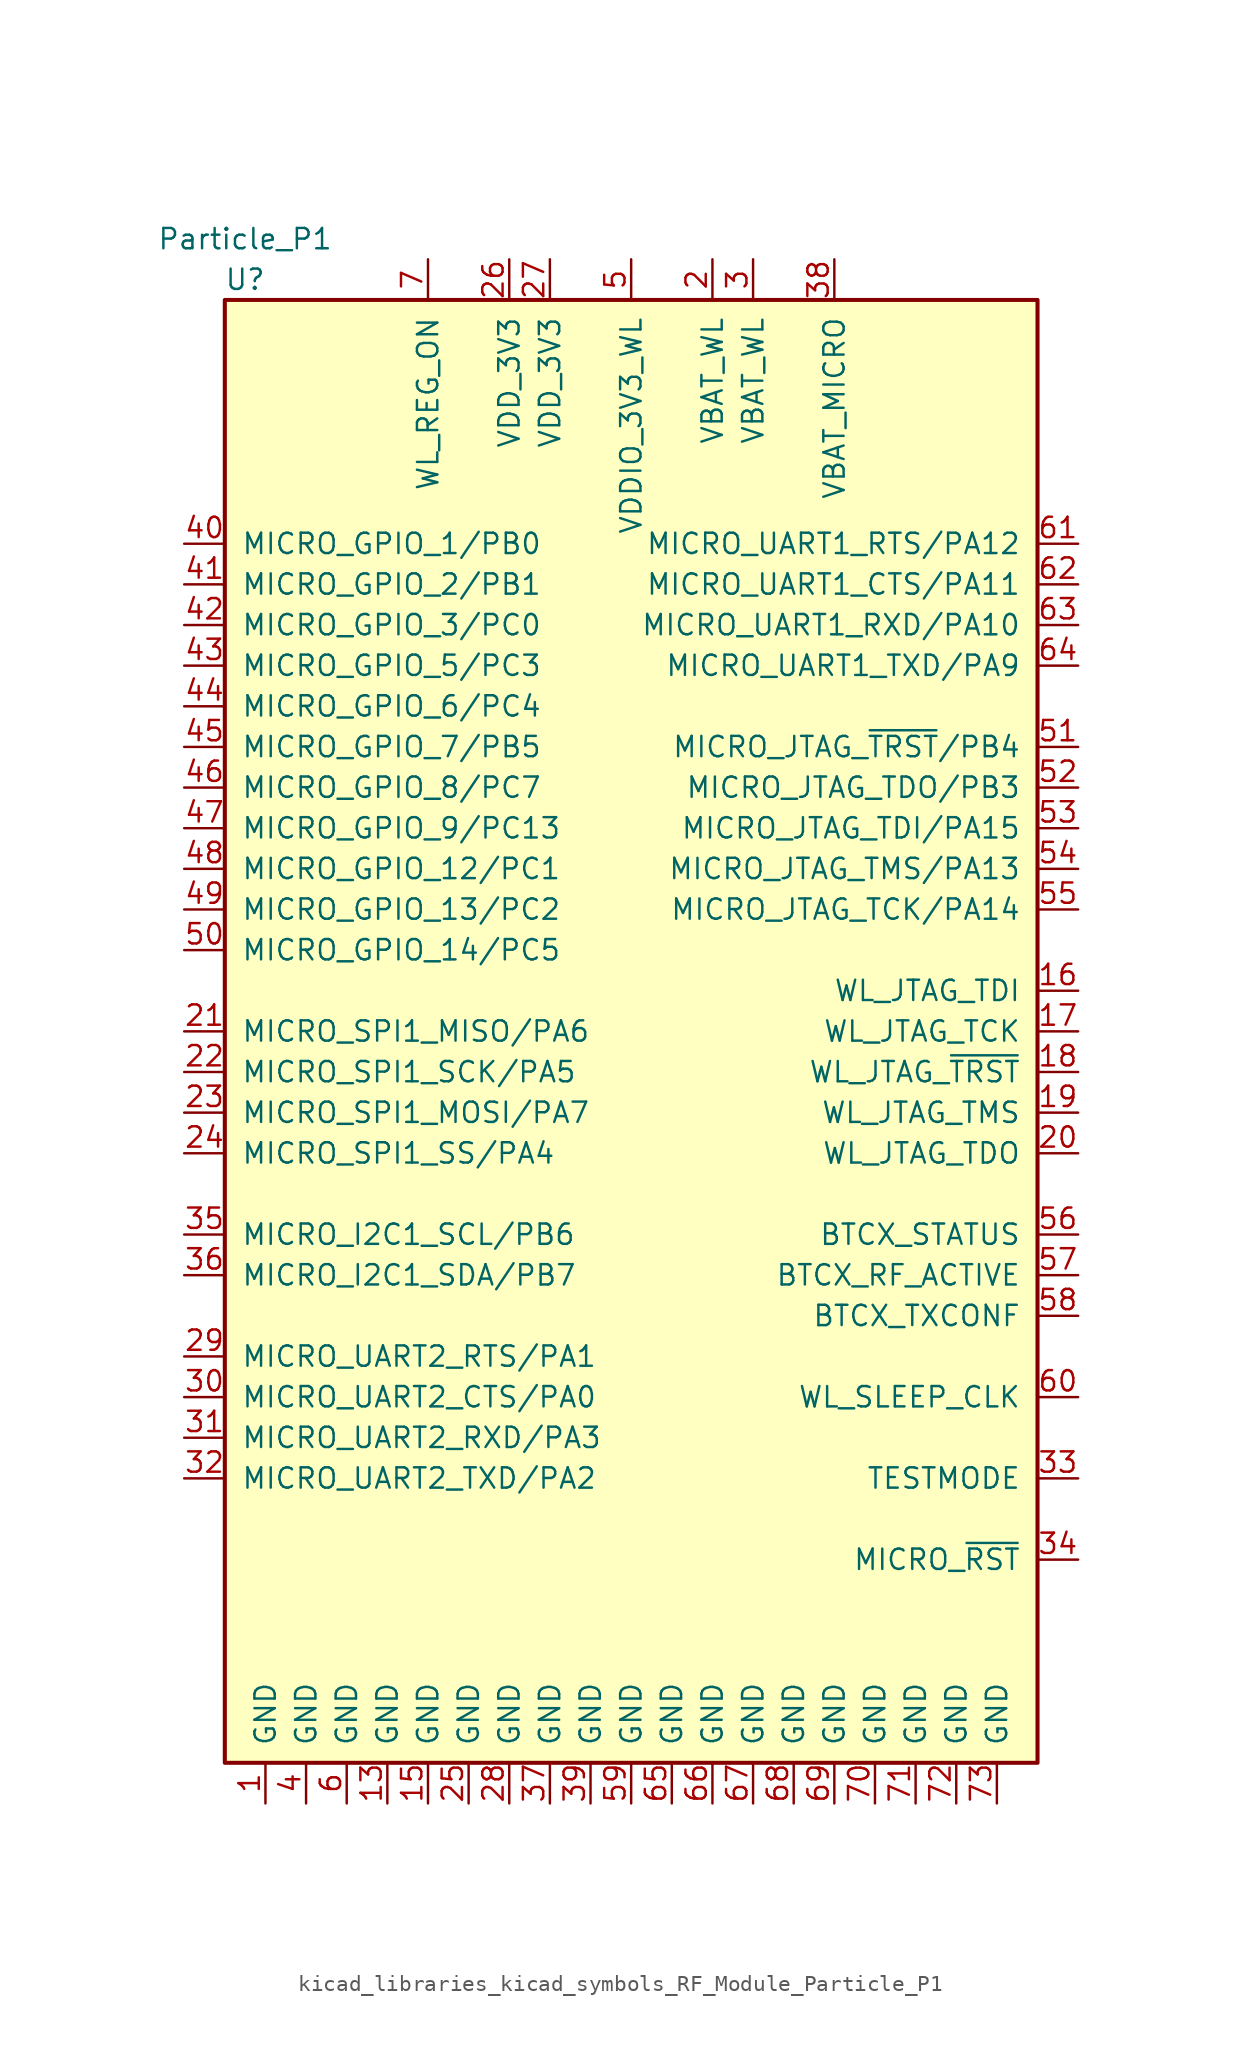
<source format=kicad_sym>
(kicad_symbol_lib
  (version 20220914)
  (generator kicad_symbol_editor)
  (symbol "kicad_libraries_kicad_symbols_RF_Module_Particle_P1"
    (pin_names
      (offset 1.016))
    (property "Reference" "U"
      (at -24.13 46.99 0)
      (effects (font (size 1.27 1.27))))
    (property "Value" "Particle_P1"
      (at -24.13 49.53 0)
      (effects (font (size 1.27 1.27))))
    (symbol "kicad_libraries_kicad_symbols_RF_Module_Particle_P1_1_1"
      (rectangle (start -25.4 45.72) (end 25.4 -45.72) (stroke (width 0.254) (type default)) (fill (type background)))
      (pin power_in line (at -22.86 -48.26 90) (length 2.54) (name "GND" (effects (font (size 1.27 1.27)))) (number "1" (effects (font (size 1.27 1.27)))))
      (pin no_connect line (at -25.4 35.56 0) (length 2.54) hide (name "NC" (effects (font (size 1.27 1.27)))) (number "10" (effects (font (size 1.27 1.27)))))
      (pin no_connect line (at 25.4 35.56 180) (length 2.54) hide (name "NC" (effects (font (size 1.27 1.27)))) (number "11" (effects (font (size 1.27 1.27)))))
      (pin no_connect line (at 25.4 38.1 180) (length 2.54) hide (name "NC" (effects (font (size 1.27 1.27)))) (number "12" (effects (font (size 1.27 1.27)))))
      (pin power_in line (at -15.24 -48.26 90) (length 2.54) (name "GND" (effects (font (size 1.27 1.27)))) (number "13" (effects (font (size 1.27 1.27)))))
      (pin no_connect line (at 25.4 40.64 180) (length 2.54) hide (name "NC" (effects (font (size 1.27 1.27)))) (number "14" (effects (font (size 1.27 1.27)))))
      (pin power_in line (at -12.7 -48.26 90) (length 2.54) (name "GND" (effects (font (size 1.27 1.27)))) (number "15" (effects (font (size 1.27 1.27)))))
      (pin input line (at 27.94 2.54 180) (length 2.54) (name "WL_JTAG_TDI" (effects (font (size 1.27 1.27)))) (number "16" (effects (font (size 1.27 1.27)))))
      (pin input line (at 27.94 0 180) (length 2.54) (name "WL_JTAG_TCK" (effects (font (size 1.27 1.27)))) (number "17" (effects (font (size 1.27 1.27)))))
      (pin input line (at 27.94 -2.54 180) (length 2.54) (name "WL_JTAG_~{TRST}" (effects (font (size 1.27 1.27)))) (number "18" (effects (font (size 1.27 1.27)))))
      (pin input line (at 27.94 -5.08 180) (length 2.54) (name "WL_JTAG_TMS" (effects (font (size 1.27 1.27)))) (number "19" (effects (font (size 1.27 1.27)))))
      (pin power_in line (at 5.08 48.26 270) (length 2.54) (name "VBAT_WL" (effects (font (size 1.27 1.27)))) (number "2" (effects (font (size 1.27 1.27)))))
      (pin input line (at 27.94 -7.62 180) (length 2.54) (name "WL_JTAG_TDO" (effects (font (size 1.27 1.27)))) (number "20" (effects (font (size 1.27 1.27)))))
      (pin bidirectional line (at -27.94 0 0) (length 2.54) (name "MICRO_SPI1_MISO/PA6" (effects (font (size 1.27 1.27)))) (number "21" (effects (font (size 1.27 1.27)))))
      (pin bidirectional line (at -27.94 -2.54 0) (length 2.54) (name "MICRO_SPI1_SCK/PA5" (effects (font (size 1.27 1.27)))) (number "22" (effects (font (size 1.27 1.27)))))
      (pin bidirectional line (at -27.94 -5.08 0) (length 2.54) (name "MICRO_SPI1_MOSI/PA7" (effects (font (size 1.27 1.27)))) (number "23" (effects (font (size 1.27 1.27)))))
      (pin bidirectional line (at -27.94 -7.62 0) (length 2.54) (name "MICRO_SPI1_SS/PA4" (effects (font (size 1.27 1.27)))) (number "24" (effects (font (size 1.27 1.27)))))
      (pin power_in line (at -10.16 -48.26 90) (length 2.54) (name "GND" (effects (font (size 1.27 1.27)))) (number "25" (effects (font (size 1.27 1.27)))))
      (pin power_in line (at -7.62 48.26 270) (length 2.54) (name "VDD_3V3" (effects (font (size 1.27 1.27)))) (number "26" (effects (font (size 1.27 1.27)))))
      (pin power_in line (at -5.08 48.26 270) (length 2.54) (name "VDD_3V3" (effects (font (size 1.27 1.27)))) (number "27" (effects (font (size 1.27 1.27)))))
      (pin power_in line (at -7.62 -48.26 90) (length 2.54) (name "GND" (effects (font (size 1.27 1.27)))) (number "28" (effects (font (size 1.27 1.27)))))
      (pin bidirectional line (at -27.94 -20.32 0) (length 2.54) (name "MICRO_UART2_RTS/PA1" (effects (font (size 1.27 1.27)))) (number "29" (effects (font (size 1.27 1.27)))))
      (pin power_in line (at 7.62 48.26 270) (length 2.54) (name "VBAT_WL" (effects (font (size 1.27 1.27)))) (number "3" (effects (font (size 1.27 1.27)))))
      (pin bidirectional line (at -27.94 -22.86 0) (length 2.54) (name "MICRO_UART2_CTS/PA0" (effects (font (size 1.27 1.27)))) (number "30" (effects (font (size 1.27 1.27)))))
      (pin bidirectional line (at -27.94 -25.4 0) (length 2.54) (name "MICRO_UART2_RXD/PA3" (effects (font (size 1.27 1.27)))) (number "31" (effects (font (size 1.27 1.27)))))
      (pin bidirectional line (at -27.94 -27.94 0) (length 2.54) (name "MICRO_UART2_TXD/PA2" (effects (font (size 1.27 1.27)))) (number "32" (effects (font (size 1.27 1.27)))))
      (pin bidirectional line (at 27.94 -27.94 180) (length 2.54) (name "TESTMODE" (effects (font (size 1.27 1.27)))) (number "33" (effects (font (size 1.27 1.27)))))
      (pin input line (at 27.94 -33.02 180) (length 2.54) (name "MICRO_~{RST}" (effects (font (size 1.27 1.27)))) (number "34" (effects (font (size 1.27 1.27)))))
      (pin bidirectional line (at -27.94 -12.7 0) (length 2.54) (name "MICRO_I2C1_SCL/PB6" (effects (font (size 1.27 1.27)))) (number "35" (effects (font (size 1.27 1.27)))))
      (pin bidirectional line (at -27.94 -15.24 0) (length 2.54) (name "MICRO_I2C1_SDA/PB7" (effects (font (size 1.27 1.27)))) (number "36" (effects (font (size 1.27 1.27)))))
      (pin power_in line (at -5.08 -48.26 90) (length 2.54) (name "GND" (effects (font (size 1.27 1.27)))) (number "37" (effects (font (size 1.27 1.27)))))
      (pin power_in line (at 12.7 48.26 270) (length 2.54) (name "VBAT_MICRO" (effects (font (size 1.27 1.27)))) (number "38" (effects (font (size 1.27 1.27)))))
      (pin power_in line (at -2.54 -48.26 90) (length 2.54) (name "GND" (effects (font (size 1.27 1.27)))) (number "39" (effects (font (size 1.27 1.27)))))
      (pin power_in line (at -20.32 -48.26 90) (length 2.54) (name "GND" (effects (font (size 1.27 1.27)))) (number "4" (effects (font (size 1.27 1.27)))))
      (pin bidirectional line (at -27.94 30.48 0) (length 2.54) (name "MICRO_GPIO_1/PB0" (effects (font (size 1.27 1.27)))) (number "40" (effects (font (size 1.27 1.27)))))
      (pin bidirectional line (at -27.94 27.94 0) (length 2.54) (name "MICRO_GPIO_2/PB1" (effects (font (size 1.27 1.27)))) (number "41" (effects (font (size 1.27 1.27)))))
      (pin bidirectional line (at -27.94 25.4 0) (length 2.54) (name "MICRO_GPIO_3/PC0" (effects (font (size 1.27 1.27)))) (number "42" (effects (font (size 1.27 1.27)))))
      (pin bidirectional line (at -27.94 22.86 0) (length 2.54) (name "MICRO_GPIO_5/PC3" (effects (font (size 1.27 1.27)))) (number "43" (effects (font (size 1.27 1.27)))))
      (pin bidirectional line (at -27.94 20.32 0) (length 2.54) (name "MICRO_GPIO_6/PC4" (effects (font (size 1.27 1.27)))) (number "44" (effects (font (size 1.27 1.27)))))
      (pin bidirectional line (at -27.94 17.78 0) (length 2.54) (name "MICRO_GPIO_7/PB5" (effects (font (size 1.27 1.27)))) (number "45" (effects (font (size 1.27 1.27)))))
      (pin bidirectional line (at -27.94 15.24 0) (length 2.54) (name "MICRO_GPIO_8/PC7" (effects (font (size 1.27 1.27)))) (number "46" (effects (font (size 1.27 1.27)))))
      (pin bidirectional line (at -27.94 12.7 0) (length 2.54) (name "MICRO_GPIO_9/PC13" (effects (font (size 1.27 1.27)))) (number "47" (effects (font (size 1.27 1.27)))))
      (pin bidirectional line (at -27.94 10.16 0) (length 2.54) (name "MICRO_GPIO_12/PC1" (effects (font (size 1.27 1.27)))) (number "48" (effects (font (size 1.27 1.27)))))
      (pin bidirectional line (at -27.94 7.62 0) (length 2.54) (name "MICRO_GPIO_13/PC2" (effects (font (size 1.27 1.27)))) (number "49" (effects (font (size 1.27 1.27)))))
      (pin power_in line (at 0 48.26 270) (length 2.54) (name "VDDIO_3V3_WL" (effects (font (size 1.27 1.27)))) (number "5" (effects (font (size 1.27 1.27)))))
      (pin bidirectional line (at -27.94 5.08 0) (length 2.54) (name "MICRO_GPIO_14/PC5" (effects (font (size 1.27 1.27)))) (number "50" (effects (font (size 1.27 1.27)))))
      (pin bidirectional line (at 27.94 17.78 180) (length 2.54) (name "MICRO_JTAG_~{TRST}/PB4" (effects (font (size 1.27 1.27)))) (number "51" (effects (font (size 1.27 1.27)))))
      (pin bidirectional line (at 27.94 15.24 180) (length 2.54) (name "MICRO_JTAG_TDO/PB3" (effects (font (size 1.27 1.27)))) (number "52" (effects (font (size 1.27 1.27)))))
      (pin bidirectional line (at 27.94 12.7 180) (length 2.54) (name "MICRO_JTAG_TDI/PA15" (effects (font (size 1.27 1.27)))) (number "53" (effects (font (size 1.27 1.27)))))
      (pin bidirectional line (at 27.94 10.16 180) (length 2.54) (name "MICRO_JTAG_TMS/PA13" (effects (font (size 1.27 1.27)))) (number "54" (effects (font (size 1.27 1.27)))))
      (pin bidirectional line (at 27.94 7.62 180) (length 2.54) (name "MICRO_JTAG_TCK/PA14" (effects (font (size 1.27 1.27)))) (number "55" (effects (font (size 1.27 1.27)))))
      (pin input line (at 27.94 -12.7 180) (length 2.54) (name "BTCX_STATUS" (effects (font (size 1.27 1.27)))) (number "56" (effects (font (size 1.27 1.27)))))
      (pin input line (at 27.94 -15.24 180) (length 2.54) (name "BTCX_RF_ACTIVE" (effects (font (size 1.27 1.27)))) (number "57" (effects (font (size 1.27 1.27)))))
      (pin output line (at 27.94 -17.78 180) (length 2.54) (name "BTCX_TXCONF" (effects (font (size 1.27 1.27)))) (number "58" (effects (font (size 1.27 1.27)))))
      (pin power_in line (at 0 -48.26 90) (length 2.54) (name "GND" (effects (font (size 1.27 1.27)))) (number "59" (effects (font (size 1.27 1.27)))))
      (pin power_in line (at -17.78 -48.26 90) (length 2.54) (name "GND" (effects (font (size 1.27 1.27)))) (number "6" (effects (font (size 1.27 1.27)))))
      (pin input line (at 27.94 -22.86 180) (length 2.54) (name "WL_SLEEP_CLK" (effects (font (size 1.27 1.27)))) (number "60" (effects (font (size 1.27 1.27)))))
      (pin bidirectional line (at 27.94 30.48 180) (length 2.54) (name "MICRO_UART1_RTS/PA12" (effects (font (size 1.27 1.27)))) (number "61" (effects (font (size 1.27 1.27)))))
      (pin bidirectional line (at 27.94 27.94 180) (length 2.54) (name "MICRO_UART1_CTS/PA11" (effects (font (size 1.27 1.27)))) (number "62" (effects (font (size 1.27 1.27)))))
      (pin bidirectional line (at 27.94 25.4 180) (length 2.54) (name "MICRO_UART1_RXD/PA10" (effects (font (size 1.27 1.27)))) (number "63" (effects (font (size 1.27 1.27)))))
      (pin bidirectional line (at 27.94 22.86 180) (length 2.54) (name "MICRO_UART1_TXD/PA9" (effects (font (size 1.27 1.27)))) (number "64" (effects (font (size 1.27 1.27)))))
      (pin power_in line (at 2.54 -48.26 90) (length 2.54) (name "GND" (effects (font (size 1.27 1.27)))) (number "65" (effects (font (size 1.27 1.27)))))
      (pin power_in line (at 5.08 -48.26 90) (length 2.54) (name "GND" (effects (font (size 1.27 1.27)))) (number "66" (effects (font (size 1.27 1.27)))))
      (pin power_in line (at 7.62 -48.26 90) (length 2.54) (name "GND" (effects (font (size 1.27 1.27)))) (number "67" (effects (font (size 1.27 1.27)))))
      (pin power_in line (at 10.16 -48.26 90) (length 2.54) (name "GND" (effects (font (size 1.27 1.27)))) (number "68" (effects (font (size 1.27 1.27)))))
      (pin power_in line (at 12.7 -48.26 90) (length 2.54) (name "GND" (effects (font (size 1.27 1.27)))) (number "69" (effects (font (size 1.27 1.27)))))
      (pin power_in line (at -12.7 48.26 270) (length 2.54) (name "WL_REG_ON" (effects (font (size 1.27 1.27)))) (number "7" (effects (font (size 1.27 1.27)))))
      (pin power_in line (at 15.24 -48.26 90) (length 2.54) (name "GND" (effects (font (size 1.27 1.27)))) (number "70" (effects (font (size 1.27 1.27)))))
      (pin power_in line (at 17.78 -48.26 90) (length 2.54) (name "GND" (effects (font (size 1.27 1.27)))) (number "71" (effects (font (size 1.27 1.27)))))
      (pin power_in line (at 20.32 -48.26 90) (length 2.54) (name "GND" (effects (font (size 1.27 1.27)))) (number "72" (effects (font (size 1.27 1.27)))))
      (pin power_in line (at 22.86 -48.26 90) (length 2.54) (name "GND" (effects (font (size 1.27 1.27)))) (number "73" (effects (font (size 1.27 1.27)))))
      (pin no_connect line (at -25.4 -33.02 0) (length 2.54) hide (name "PAD1" (effects (font (size 1.27 1.27)))) (number "74" (effects (font (size 1.27 1.27)))))
      (pin no_connect line (at -25.4 -35.56 0) (length 2.54) hide (name "PAD2" (effects (font (size 1.27 1.27)))) (number "75" (effects (font (size 1.27 1.27)))))
      (pin no_connect line (at -25.4 40.64 0) (length 2.54) hide (name "NC" (effects (font (size 1.27 1.27)))) (number "8" (effects (font (size 1.27 1.27)))))
      (pin no_connect line (at -25.4 38.1 0) (length 2.54) hide (name "NC" (effects (font (size 1.27 1.27)))) (number "9" (effects (font (size 1.27 1.27))))))))
</source>
